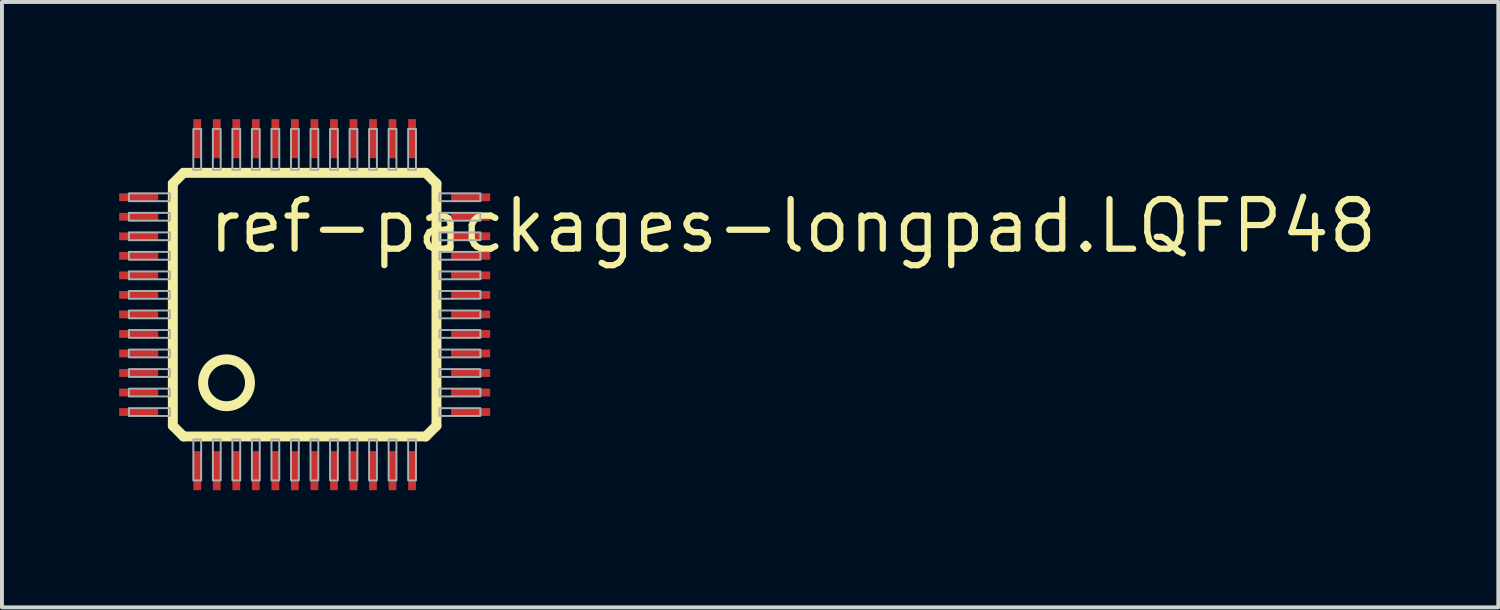
<source format=kicad_pcb>
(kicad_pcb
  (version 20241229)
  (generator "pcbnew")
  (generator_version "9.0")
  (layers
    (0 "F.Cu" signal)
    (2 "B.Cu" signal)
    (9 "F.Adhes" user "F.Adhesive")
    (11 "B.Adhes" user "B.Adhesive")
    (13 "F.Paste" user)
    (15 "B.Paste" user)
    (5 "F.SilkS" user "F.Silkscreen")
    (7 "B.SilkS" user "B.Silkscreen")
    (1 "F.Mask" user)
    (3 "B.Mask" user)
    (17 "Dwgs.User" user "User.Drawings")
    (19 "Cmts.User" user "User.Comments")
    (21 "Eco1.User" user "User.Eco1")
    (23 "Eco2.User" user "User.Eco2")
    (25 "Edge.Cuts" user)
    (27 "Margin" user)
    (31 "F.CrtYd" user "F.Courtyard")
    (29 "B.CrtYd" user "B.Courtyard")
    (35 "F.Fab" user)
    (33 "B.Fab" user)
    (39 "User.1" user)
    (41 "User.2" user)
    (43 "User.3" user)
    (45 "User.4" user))
  (footprint "ref-packages-longpad.LQFP48"
    (layer "F.Cu")
    (at 4.75 4.75)
    (property "Reference" "ref-packages-longpad.LQFP48" (at -2.54 -1.27 0) (layer "F.SilkS") (effects (font (size 1.27 1.27) (thickness 0.16)) (justify left bottom)))
    (attr smd)
    (fp_line (start -3.375 -3.1) (end -3.1 -3.375) (stroke (width 0.254) (type default)) (layer "F.SilkS"))
    (fp_line (start -3.375 3.1) (end -3.375 -3.1) (stroke (width 0.254) (type default)) (layer "F.SilkS"))
    (fp_line (start -3.1 -3.375) (end 3.1 -3.375) (stroke (width 0.254) (type default)) (layer "F.SilkS"))
    (fp_line (start -3.1 3.375) (end -3.375 3.1) (stroke (width 0.254) (type default)) (layer "F.SilkS"))
    (fp_line (start 3.1 -3.375) (end 3.375 -3.1) (stroke (width 0.254) (type default)) (layer "F.SilkS"))
    (fp_line (start 3.1 3.375) (end -3.1 3.375) (stroke (width 0.254) (type default)) (layer "F.SilkS"))
    (fp_line (start 3.375 -3.1) (end 3.375 3.1) (stroke (width 0.254) (type default)) (layer "F.SilkS"))
    (fp_line (start 3.375 3.1) (end 3.1 3.375) (stroke (width 0.254) (type default)) (layer "F.SilkS"))
    (fp_circle (center -2 2) (end -1.4 2) (stroke (width 0.254) (type default)) (fill no) (layer "F.SilkS"))
    (fp_rect (start -4.5 -2.65) (end -3.45 -2.85) (stroke (width 0.05) (type default)) (fill no) (layer "F.Fab"))
    (fp_rect (start -4.5 -2.15) (end -3.45 -2.35) (stroke (width 0.05) (type default)) (fill no) (layer "F.Fab"))
    (fp_rect (start -4.5 -1.65) (end -3.45 -1.85) (stroke (width 0.05) (type default)) (fill no) (layer "F.Fab"))
    (fp_rect (start -4.5 -1.15) (end -3.45 -1.35) (stroke (width 0.05) (type default)) (fill no) (layer "F.Fab"))
    (fp_rect (start -4.5 -0.65) (end -3.45 -0.85) (stroke (width 0.05) (type default)) (fill no) (layer "F.Fab"))
    (fp_rect (start -4.5 -0.15) (end -3.45 -0.35) (stroke (width 0.05) (type default)) (fill no) (layer "F.Fab"))
    (fp_rect (start -4.5 0.35) (end -3.45 0.15) (stroke (width 0.05) (type default)) (fill no) (layer "F.Fab"))
    (fp_rect (start -4.5 0.85) (end -3.45 0.65) (stroke (width 0.05) (type default)) (fill no) (layer "F.Fab"))
    (fp_rect (start -4.5 1.35) (end -3.45 1.15) (stroke (width 0.05) (type default)) (fill no) (layer "F.Fab"))
    (fp_rect (start -4.5 1.85) (end -3.45 1.65) (stroke (width 0.05) (type default)) (fill no) (layer "F.Fab"))
    (fp_rect (start -4.5 2.35) (end -3.45 2.15) (stroke (width 0.05) (type default)) (fill no) (layer "F.Fab"))
    (fp_rect (start -4.5 2.85) (end -3.45 2.65) (stroke (width 0.05) (type default)) (fill no) (layer "F.Fab"))
    (fp_rect (start -2.85 -3.45) (end -2.65 -4.5) (stroke (width 0.05) (type default)) (fill no) (layer "F.Fab"))
    (fp_rect (start -2.85 4.5) (end -2.65 3.45) (stroke (width 0.05) (type default)) (fill no) (layer "F.Fab"))
    (fp_rect (start -2.35 -3.45) (end -2.15 -4.5) (stroke (width 0.05) (type default)) (fill no) (layer "F.Fab"))
    (fp_rect (start -2.35 4.5) (end -2.15 3.45) (stroke (width 0.05) (type default)) (fill no) (layer "F.Fab"))
    (fp_rect (start -1.85 -3.45) (end -1.65 -4.5) (stroke (width 0.05) (type default)) (fill no) (layer "F.Fab"))
    (fp_rect (start -1.85 4.5) (end -1.65 3.45) (stroke (width 0.05) (type default)) (fill no) (layer "F.Fab"))
    (fp_rect (start -1.35 -3.45) (end -1.15 -4.5) (stroke (width 0.05) (type default)) (fill no) (layer "F.Fab"))
    (fp_rect (start -1.35 4.5) (end -1.15 3.45) (stroke (width 0.05) (type default)) (fill no) (layer "F.Fab"))
    (fp_rect (start -0.85 -3.45) (end -0.65 -4.5) (stroke (width 0.05) (type default)) (fill no) (layer "F.Fab"))
    (fp_rect (start -0.85 4.5) (end -0.65 3.45) (stroke (width 0.05) (type default)) (fill no) (layer "F.Fab"))
    (fp_rect (start -0.35 -3.45) (end -0.15 -4.5) (stroke (width 0.05) (type default)) (fill no) (layer "F.Fab"))
    (fp_rect (start -0.35 4.5) (end -0.15 3.45) (stroke (width 0.05) (type default)) (fill no) (layer "F.Fab"))
    (fp_rect (start 0.15 -3.45) (end 0.35 -4.5) (stroke (width 0.05) (type default)) (fill no) (layer "F.Fab"))
    (fp_rect (start 0.15 4.5) (end 0.35 3.45) (stroke (width 0.05) (type default)) (fill no) (layer "F.Fab"))
    (fp_rect (start 0.65 -3.45) (end 0.85 -4.5) (stroke (width 0.05) (type default)) (fill no) (layer "F.Fab"))
    (fp_rect (start 0.65 4.5) (end 0.85 3.45) (stroke (width 0.05) (type default)) (fill no) (layer "F.Fab"))
    (fp_rect (start 1.15 -3.45) (end 1.35 -4.5) (stroke (width 0.05) (type default)) (fill no) (layer "F.Fab"))
    (fp_rect (start 1.15 4.5) (end 1.35 3.45) (stroke (width 0.05) (type default)) (fill no) (layer "F.Fab"))
    (fp_rect (start 1.65 -3.45) (end 1.85 -4.5) (stroke (width 0.05) (type default)) (fill no) (layer "F.Fab"))
    (fp_rect (start 1.65 4.5) (end 1.85 3.45) (stroke (width 0.05) (type default)) (fill no) (layer "F.Fab"))
    (fp_rect (start 2.15 -3.45) (end 2.35 -4.5) (stroke (width 0.05) (type default)) (fill no) (layer "F.Fab"))
    (fp_rect (start 2.15 4.5) (end 2.35 3.45) (stroke (width 0.05) (type default)) (fill no) (layer "F.Fab"))
    (fp_rect (start 2.65 -3.45) (end 2.85 -4.5) (stroke (width 0.05) (type default)) (fill no) (layer "F.Fab"))
    (fp_rect (start 2.65 4.5) (end 2.85 3.45) (stroke (width 0.05) (type default)) (fill no) (layer "F.Fab"))
    (fp_rect (start 3.45 -2.65) (end 4.5 -2.85) (stroke (width 0.05) (type default)) (fill no) (layer "F.Fab"))
    (fp_rect (start 3.45 -2.15) (end 4.5 -2.35) (stroke (width 0.05) (type default)) (fill no) (layer "F.Fab"))
    (fp_rect (start 3.45 -1.65) (end 4.5 -1.85) (stroke (width 0.05) (type default)) (fill no) (layer "F.Fab"))
    (fp_rect (start 3.45 -1.15) (end 4.5 -1.35) (stroke (width 0.05) (type default)) (fill no) (layer "F.Fab"))
    (fp_rect (start 3.45 -0.65) (end 4.5 -0.85) (stroke (width 0.05) (type default)) (fill no) (layer "F.Fab"))
    (fp_rect (start 3.45 -0.15) (end 4.5 -0.35) (stroke (width 0.05) (type default)) (fill no) (layer "F.Fab"))
    (fp_rect (start 3.45 0.35) (end 4.5 0.15) (stroke (width 0.05) (type default)) (fill no) (layer "F.Fab"))
    (fp_rect (start 3.45 0.85) (end 4.5 0.65) (stroke (width 0.05) (type default)) (fill no) (layer "F.Fab"))
    (fp_rect (start 3.45 1.35) (end 4.5 1.15) (stroke (width 0.05) (type default)) (fill no) (layer "F.Fab"))
    (fp_rect (start 3.45 1.85) (end 4.5 1.65) (stroke (width 0.05) (type default)) (fill no) (layer "F.Fab"))
    (fp_rect (start 3.45 2.35) (end 4.5 2.15) (stroke (width 0.05) (type default)) (fill no) (layer "F.Fab"))
    (fp_rect (start 3.45 2.85) (end 4.5 2.65) (stroke (width 0.05) (type default)) (fill no) (layer "F.Fab"))
    (pad "1" smd roundrect (at -2.75 4.25) (size 0.2 1) (layers "F.Cu" "F.Mask" "F.Paste") (roundrect_rratio 0.01))
    (pad "2" smd roundrect (at -2.25 4.25) (size 0.2 1) (layers "F.Cu" "F.Mask" "F.Paste") (roundrect_rratio 0.01))
    (pad "3" smd roundrect (at -1.75 4.25) (size 0.2 1) (layers "F.Cu" "F.Mask" "F.Paste") (roundrect_rratio 0.01))
    (pad "4" smd roundrect (at -1.25 4.25) (size 0.2 1) (layers "F.Cu" "F.Mask" "F.Paste") (roundrect_rratio 0.01))
    (pad "5" smd roundrect (at -0.75 4.25) (size 0.2 1) (layers "F.Cu" "F.Mask" "F.Paste") (roundrect_rratio 0.01))
    (pad "6" smd roundrect (at -0.25 4.25) (size 0.2 1) (layers "F.Cu" "F.Mask" "F.Paste") (roundrect_rratio 0.01))
    (pad "7" smd roundrect (at 0.25 4.25) (size 0.2 1) (layers "F.Cu" "F.Mask" "F.Paste") (roundrect_rratio 0.01))
    (pad "8" smd roundrect (at 0.75 4.25) (size 0.2 1) (layers "F.Cu" "F.Mask" "F.Paste") (roundrect_rratio 0.01))
    (pad "9" smd roundrect (at 1.25 4.25) (size 0.2 1) (layers "F.Cu" "F.Mask" "F.Paste") (roundrect_rratio 0.01))
    (pad "10" smd roundrect (at 1.75 4.25) (size 0.2 1) (layers "F.Cu" "F.Mask" "F.Paste") (roundrect_rratio 0.01))
    (pad "11" smd roundrect (at 2.25 4.25) (size 0.2 1) (layers "F.Cu" "F.Mask" "F.Paste") (roundrect_rratio 0.01))
    (pad "12" smd roundrect (at 2.75 4.25) (size 0.2 1) (layers "F.Cu" "F.Mask" "F.Paste") (roundrect_rratio 0.01))
    (pad "13" smd roundrect (at 4.25 2.75) (size 1 0.2) (layers "F.Cu" "F.Mask" "F.Paste") (roundrect_rratio 0.01))
    (pad "14" smd roundrect (at 4.25 2.25) (size 1 0.2) (layers "F.Cu" "F.Mask" "F.Paste") (roundrect_rratio 0.01))
    (pad "15" smd roundrect (at 4.25 1.75) (size 1 0.2) (layers "F.Cu" "F.Mask" "F.Paste") (roundrect_rratio 0.01))
    (pad "16" smd roundrect (at 4.25 1.25) (size 1 0.2) (layers "F.Cu" "F.Mask" "F.Paste") (roundrect_rratio 0.01))
    (pad "17" smd roundrect (at 4.25 0.75) (size 1 0.2) (layers "F.Cu" "F.Mask" "F.Paste") (roundrect_rratio 0.01))
    (pad "18" smd roundrect (at 4.25 0.25) (size 1 0.2) (layers "F.Cu" "F.Mask" "F.Paste") (roundrect_rratio 0.01))
    (pad "19" smd roundrect (at 4.25 -0.25) (size 1 0.2) (layers "F.Cu" "F.Mask" "F.Paste") (roundrect_rratio 0.01))
    (pad "20" smd roundrect (at 4.25 -0.75) (size 1 0.2) (layers "F.Cu" "F.Mask" "F.Paste") (roundrect_rratio 0.01))
    (pad "21" smd roundrect (at 4.25 -1.25) (size 1 0.2) (layers "F.Cu" "F.Mask" "F.Paste") (roundrect_rratio 0.01))
    (pad "22" smd roundrect (at 4.25 -1.75) (size 1 0.2) (layers "F.Cu" "F.Mask" "F.Paste") (roundrect_rratio 0.01))
    (pad "23" smd roundrect (at 4.25 -2.25) (size 1 0.2) (layers "F.Cu" "F.Mask" "F.Paste") (roundrect_rratio 0.01))
    (pad "24" smd roundrect (at 4.25 -2.75) (size 1 0.2) (layers "F.Cu" "F.Mask" "F.Paste") (roundrect_rratio 0.01))
    (pad "25" smd roundrect (at 2.75 -4.25) (size 0.2 1) (layers "F.Cu" "F.Mask" "F.Paste") (roundrect_rratio 0.01))
    (pad "26" smd roundrect (at 2.25 -4.25) (size 0.2 1) (layers "F.Cu" "F.Mask" "F.Paste") (roundrect_rratio 0.01))
    (pad "27" smd roundrect (at 1.75 -4.25) (size 0.2 1) (layers "F.Cu" "F.Mask" "F.Paste") (roundrect_rratio 0.01))
    (pad "28" smd roundrect (at 1.25 -4.25) (size 0.2 1) (layers "F.Cu" "F.Mask" "F.Paste") (roundrect_rratio 0.01))
    (pad "29" smd roundrect (at 0.75 -4.25) (size 0.2 1) (layers "F.Cu" "F.Mask" "F.Paste") (roundrect_rratio 0.01))
    (pad "30" smd roundrect (at 0.25 -4.25) (size 0.2 1) (layers "F.Cu" "F.Mask" "F.Paste") (roundrect_rratio 0.01))
    (pad "31" smd roundrect (at -0.25 -4.25) (size 0.2 1) (layers "F.Cu" "F.Mask" "F.Paste") (roundrect_rratio 0.01))
    (pad "32" smd roundrect (at -0.75 -4.25) (size 0.2 1) (layers "F.Cu" "F.Mask" "F.Paste") (roundrect_rratio 0.01))
    (pad "33" smd roundrect (at -1.25 -4.25) (size 0.2 1) (layers "F.Cu" "F.Mask" "F.Paste") (roundrect_rratio 0.01))
    (pad "34" smd roundrect (at -1.75 -4.25) (size 0.2 1) (layers "F.Cu" "F.Mask" "F.Paste") (roundrect_rratio 0.01))
    (pad "35" smd roundrect (at -2.25 -4.25) (size 0.2 1) (layers "F.Cu" "F.Mask" "F.Paste") (roundrect_rratio 0.01))
    (pad "36" smd roundrect (at -2.75 -4.25) (size 0.2 1) (layers "F.Cu" "F.Mask" "F.Paste") (roundrect_rratio 0.01))
    (pad "37" smd roundrect (at -4.25 -2.75) (size 1 0.2) (layers "F.Cu" "F.Mask" "F.Paste") (roundrect_rratio 0.01))
    (pad "38" smd roundrect (at -4.25 -2.25) (size 1 0.2) (layers "F.Cu" "F.Mask" "F.Paste") (roundrect_rratio 0.01))
    (pad "39" smd roundrect (at -4.25 -1.75) (size 1 0.2) (layers "F.Cu" "F.Mask" "F.Paste") (roundrect_rratio 0.01))
    (pad "40" smd roundrect (at -4.25 -1.25) (size 1 0.2) (layers "F.Cu" "F.Mask" "F.Paste") (roundrect_rratio 0.01))
    (pad "41" smd roundrect (at -4.25 -0.75) (size 1 0.2) (layers "F.Cu" "F.Mask" "F.Paste") (roundrect_rratio 0.01))
    (pad "42" smd roundrect (at -4.25 -0.25) (size 1 0.2) (layers "F.Cu" "F.Mask" "F.Paste") (roundrect_rratio 0.01))
    (pad "43" smd roundrect (at -4.25 0.25) (size 1 0.2) (layers "F.Cu" "F.Mask" "F.Paste") (roundrect_rratio 0.01))
    (pad "44" smd roundrect (at -4.25 0.75) (size 1 0.2) (layers "F.Cu" "F.Mask" "F.Paste") (roundrect_rratio 0.01))
    (pad "45" smd roundrect (at -4.25 1.25) (size 1 0.2) (layers "F.Cu" "F.Mask" "F.Paste") (roundrect_rratio 0.01))
    (pad "46" smd roundrect (at -4.25 1.75) (size 1 0.2) (layers "F.Cu" "F.Mask" "F.Paste") (roundrect_rratio 0.01))
    (pad "47" smd roundrect (at -4.25 2.25) (size 1 0.2) (layers "F.Cu" "F.Mask" "F.Paste") (roundrect_rratio 0.01))
    (pad "48" smd roundrect (at -4.25 2.75) (size 1 0.2) (layers "F.Cu" "F.Mask" "F.Paste") (roundrect_rratio 0.01)))
  (gr_rect
    (start -3 -3)
    (end 35.311 12.5)
    (stroke (width 0.1) (type default))
    (fill no)
    (layer "Edge.Cuts")))
</source>
